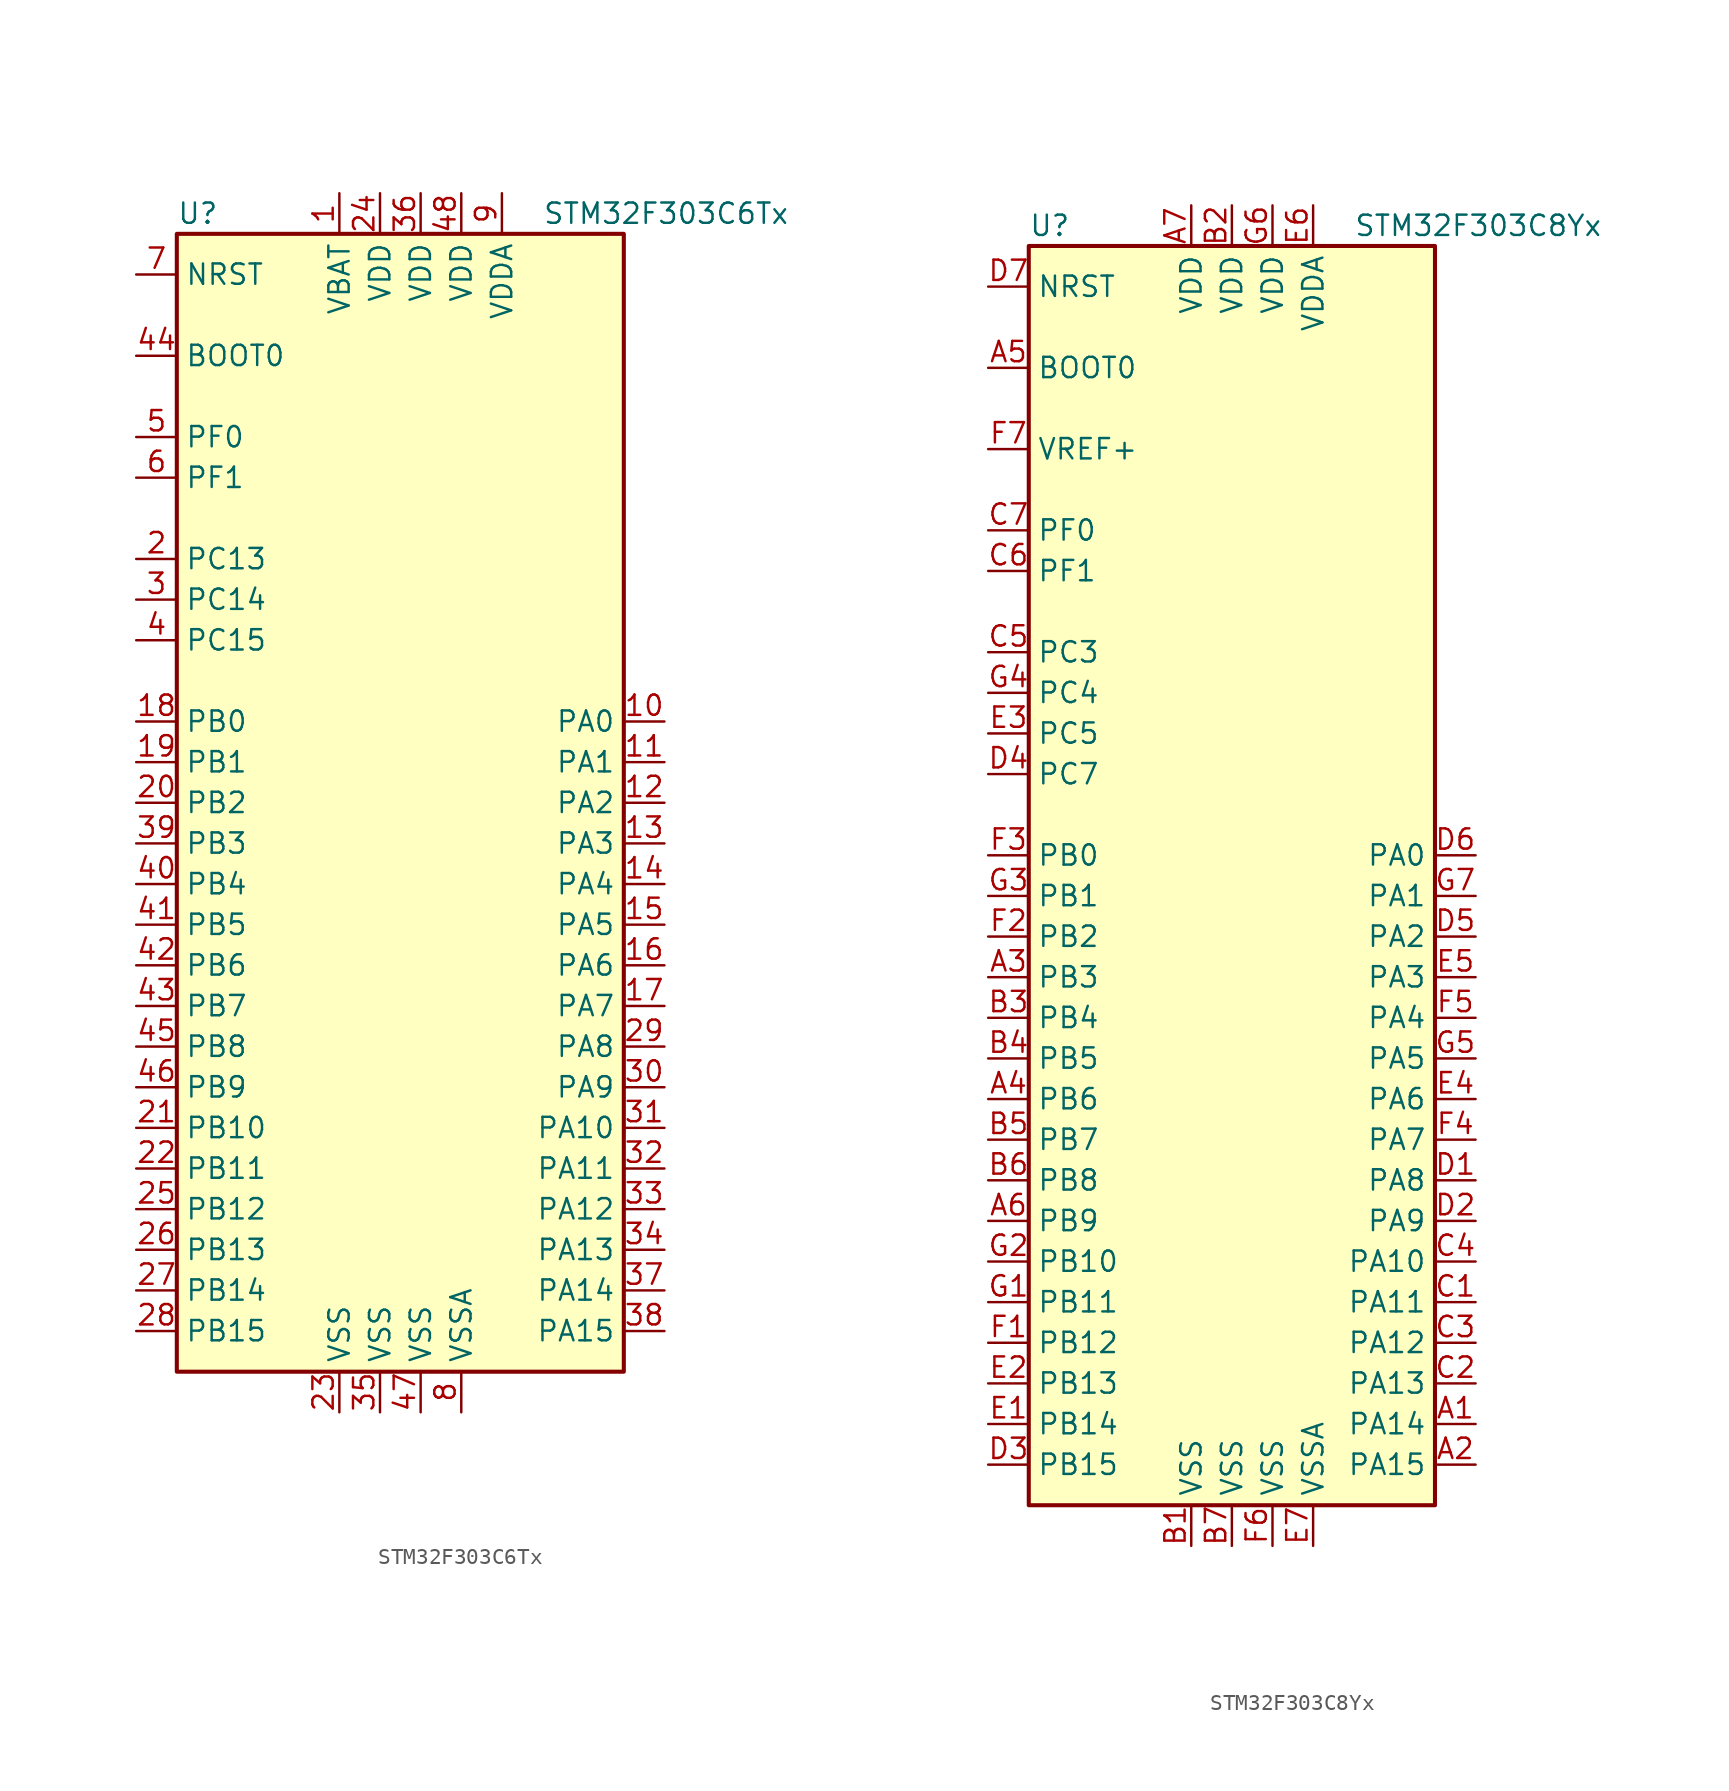
<source format=kicad_sym>
(kicad_symbol_lib
  (version 20201005)
  (generator kicad_symbol_editor)
  (symbol "MCU_ST_STM32F3:STM32F303C6Tx"
    (property "Reference" "U"
      (at -15.24 36.83 0)
      (effects (font (size 1.27 1.27)) (justify left)))
    (property "Value" "STM32F303C6Tx"
      (at 7.62 36.83 0)
      (effects (font (size 1.27 1.27)) (justify left)))
    (symbol "STM32F303C6Tx_0_1"
      (rectangle (start -15.24 -35.56) (end 12.7 35.56) (stroke (width 0.254)) (fill (type background))))
    (symbol "STM32F303C6Tx_1_1"
      (pin input line (at -17.78 27.94 0) (length 2.54) (name "BOOT0" (effects (font (size 1.27 1.27)))) (number "44" (effects (font (size 1.27 1.27)))))
      (pin input line (at -17.78 33.02 0) (length 2.54) (name "NRST" (effects (font (size 1.27 1.27)))) (number "7" (effects (font (size 1.27 1.27)))))
      (pin bidirectional line (at 15.24 5.08 180) (length 2.54) (name "PA0" (effects (font (size 1.27 1.27)))) (number "10" (effects (font (size 1.27 1.27)))))
      (pin bidirectional line (at 15.24 2.54 180) (length 2.54) (name "PA1" (effects (font (size 1.27 1.27)))) (number "11" (effects (font (size 1.27 1.27)))))
      (pin bidirectional line (at 15.24 -20.32 180) (length 2.54) (name "PA10" (effects (font (size 1.27 1.27)))) (number "31" (effects (font (size 1.27 1.27)))))
      (pin bidirectional line (at 15.24 -22.86 180) (length 2.54) (name "PA11" (effects (font (size 1.27 1.27)))) (number "32" (effects (font (size 1.27 1.27)))))
      (pin bidirectional line (at 15.24 -25.4 180) (length 2.54) (name "PA12" (effects (font (size 1.27 1.27)))) (number "33" (effects (font (size 1.27 1.27)))))
      (pin bidirectional line (at 15.24 -27.94 180) (length 2.54) (name "PA13" (effects (font (size 1.27 1.27)))) (number "34" (effects (font (size 1.27 1.27)))))
      (pin bidirectional line (at 15.24 -30.48 180) (length 2.54) (name "PA14" (effects (font (size 1.27 1.27)))) (number "37" (effects (font (size 1.27 1.27)))))
      (pin bidirectional line (at 15.24 -33.02 180) (length 2.54) (name "PA15" (effects (font (size 1.27 1.27)))) (number "38" (effects (font (size 1.27 1.27)))))
      (pin bidirectional line (at 15.24 0 180) (length 2.54) (name "PA2" (effects (font (size 1.27 1.27)))) (number "12" (effects (font (size 1.27 1.27)))))
      (pin bidirectional line (at 15.24 -2.54 180) (length 2.54) (name "PA3" (effects (font (size 1.27 1.27)))) (number "13" (effects (font (size 1.27 1.27)))))
      (pin bidirectional line (at 15.24 -5.08 180) (length 2.54) (name "PA4" (effects (font (size 1.27 1.27)))) (number "14" (effects (font (size 1.27 1.27)))))
      (pin bidirectional line (at 15.24 -7.62 180) (length 2.54) (name "PA5" (effects (font (size 1.27 1.27)))) (number "15" (effects (font (size 1.27 1.27)))))
      (pin bidirectional line (at 15.24 -10.16 180) (length 2.54) (name "PA6" (effects (font (size 1.27 1.27)))) (number "16" (effects (font (size 1.27 1.27)))))
      (pin bidirectional line (at 15.24 -12.7 180) (length 2.54) (name "PA7" (effects (font (size 1.27 1.27)))) (number "17" (effects (font (size 1.27 1.27)))))
      (pin bidirectional line (at 15.24 -15.24 180) (length 2.54) (name "PA8" (effects (font (size 1.27 1.27)))) (number "29" (effects (font (size 1.27 1.27)))))
      (pin bidirectional line (at 15.24 -17.78 180) (length 2.54) (name "PA9" (effects (font (size 1.27 1.27)))) (number "30" (effects (font (size 1.27 1.27)))))
      (pin bidirectional line (at -17.78 5.08 0) (length 2.54) (name "PB0" (effects (font (size 1.27 1.27)))) (number "18" (effects (font (size 1.27 1.27)))))
      (pin bidirectional line (at -17.78 2.54 0) (length 2.54) (name "PB1" (effects (font (size 1.27 1.27)))) (number "19" (effects (font (size 1.27 1.27)))))
      (pin bidirectional line (at -17.78 -20.32 0) (length 2.54) (name "PB10" (effects (font (size 1.27 1.27)))) (number "21" (effects (font (size 1.27 1.27)))))
      (pin bidirectional line (at -17.78 -22.86 0) (length 2.54) (name "PB11" (effects (font (size 1.27 1.27)))) (number "22" (effects (font (size 1.27 1.27)))))
      (pin bidirectional line (at -17.78 -25.4 0) (length 2.54) (name "PB12" (effects (font (size 1.27 1.27)))) (number "25" (effects (font (size 1.27 1.27)))))
      (pin bidirectional line (at -17.78 -27.94 0) (length 2.54) (name "PB13" (effects (font (size 1.27 1.27)))) (number "26" (effects (font (size 1.27 1.27)))))
      (pin bidirectional line (at -17.78 -30.48 0) (length 2.54) (name "PB14" (effects (font (size 1.27 1.27)))) (number "27" (effects (font (size 1.27 1.27)))))
      (pin bidirectional line (at -17.78 -33.02 0) (length 2.54) (name "PB15" (effects (font (size 1.27 1.27)))) (number "28" (effects (font (size 1.27 1.27)))))
      (pin bidirectional line (at -17.78 0 0) (length 2.54) (name "PB2" (effects (font (size 1.27 1.27)))) (number "20" (effects (font (size 1.27 1.27)))))
      (pin bidirectional line (at -17.78 -2.54 0) (length 2.54) (name "PB3" (effects (font (size 1.27 1.27)))) (number "39" (effects (font (size 1.27 1.27)))))
      (pin bidirectional line (at -17.78 -5.08 0) (length 2.54) (name "PB4" (effects (font (size 1.27 1.27)))) (number "40" (effects (font (size 1.27 1.27)))))
      (pin bidirectional line (at -17.78 -7.62 0) (length 2.54) (name "PB5" (effects (font (size 1.27 1.27)))) (number "41" (effects (font (size 1.27 1.27)))))
      (pin bidirectional line (at -17.78 -10.16 0) (length 2.54) (name "PB6" (effects (font (size 1.27 1.27)))) (number "42" (effects (font (size 1.27 1.27)))))
      (pin bidirectional line (at -17.78 -12.7 0) (length 2.54) (name "PB7" (effects (font (size 1.27 1.27)))) (number "43" (effects (font (size 1.27 1.27)))))
      (pin bidirectional line (at -17.78 -15.24 0) (length 2.54) (name "PB8" (effects (font (size 1.27 1.27)))) (number "45" (effects (font (size 1.27 1.27)))))
      (pin bidirectional line (at -17.78 -17.78 0) (length 2.54) (name "PB9" (effects (font (size 1.27 1.27)))) (number "46" (effects (font (size 1.27 1.27)))))
      (pin bidirectional line (at -17.78 15.24 0) (length 2.54) (name "PC13" (effects (font (size 1.27 1.27)))) (number "2" (effects (font (size 1.27 1.27)))))
      (pin bidirectional line (at -17.78 12.7 0) (length 2.54) (name "PC14" (effects (font (size 1.27 1.27)))) (number "3" (effects (font (size 1.27 1.27)))))
      (pin bidirectional line (at -17.78 10.16 0) (length 2.54) (name "PC15" (effects (font (size 1.27 1.27)))) (number "4" (effects (font (size 1.27 1.27)))))
      (pin input line (at -17.78 22.86 0) (length 2.54) (name "PF0" (effects (font (size 1.27 1.27)))) (number "5" (effects (font (size 1.27 1.27)))))
      (pin input line (at -17.78 20.32 0) (length 2.54) (name "PF1" (effects (font (size 1.27 1.27)))) (number "6" (effects (font (size 1.27 1.27)))))
      (pin power_in line (at -5.08 38.1 270) (length 2.54) (name "VBAT" (effects (font (size 1.27 1.27)))) (number "1" (effects (font (size 1.27 1.27)))))
      (pin power_in line (at -2.54 38.1 270) (length 2.54) (name "VDD" (effects (font (size 1.27 1.27)))) (number "24" (effects (font (size 1.27 1.27)))))
      (pin power_in line (at 0 38.1 270) (length 2.54) (name "VDD" (effects (font (size 1.27 1.27)))) (number "36" (effects (font (size 1.27 1.27)))))
      (pin power_in line (at 2.54 38.1 270) (length 2.54) (name "VDD" (effects (font (size 1.27 1.27)))) (number "48" (effects (font (size 1.27 1.27)))))
      (pin power_in line (at 5.08 38.1 270) (length 2.54) (name "VDDA" (effects (font (size 1.27 1.27)))) (number "9" (effects (font (size 1.27 1.27)))))
      (pin power_in line (at -5.08 -38.1 90) (length 2.54) (name "VSS" (effects (font (size 1.27 1.27)))) (number "23" (effects (font (size 1.27 1.27)))))
      (pin power_in line (at -2.54 -38.1 90) (length 2.54) (name "VSS" (effects (font (size 1.27 1.27)))) (number "35" (effects (font (size 1.27 1.27)))))
      (pin power_in line (at 0 -38.1 90) (length 2.54) (name "VSS" (effects (font (size 1.27 1.27)))) (number "47" (effects (font (size 1.27 1.27)))))
      (pin power_in line (at 2.54 -38.1 90) (length 2.54) (name "VSSA" (effects (font (size 1.27 1.27)))) (number "8" (effects (font (size 1.27 1.27)))))))
  (symbol "MCU_ST_STM32F3:STM32F303C8Yx"
    (property "Reference" "U"
      (at -12.7 39.37 0)
      (effects (font (size 1.27 1.27)) (justify left)))
    (property "Value" "STM32F303C8Yx"
      (at 7.62 39.37 0)
      (effects (font (size 1.27 1.27)) (justify left)))
    (symbol "STM32F303C8Yx_0_1"
      (rectangle (start -12.7 -40.64) (end 12.7 38.1) (stroke (width 0.254)) (fill (type background))))
    (symbol "STM32F303C8Yx_1_1"
      (pin input line (at -15.24 30.48 0) (length 2.54) (name "BOOT0" (effects (font (size 1.27 1.27)))) (number "A5" (effects (font (size 1.27 1.27)))))
      (pin input line (at -15.24 35.56 0) (length 2.54) (name "NRST" (effects (font (size 1.27 1.27)))) (number "D7" (effects (font (size 1.27 1.27)))))
      (pin bidirectional line (at 15.24 0 180) (length 2.54) (name "PA0" (effects (font (size 1.27 1.27)))) (number "D6" (effects (font (size 1.27 1.27)))))
      (pin bidirectional line (at 15.24 -2.54 180) (length 2.54) (name "PA1" (effects (font (size 1.27 1.27)))) (number "G7" (effects (font (size 1.27 1.27)))))
      (pin bidirectional line (at 15.24 -25.4 180) (length 2.54) (name "PA10" (effects (font (size 1.27 1.27)))) (number "C4" (effects (font (size 1.27 1.27)))))
      (pin bidirectional line (at 15.24 -27.94 180) (length 2.54) (name "PA11" (effects (font (size 1.27 1.27)))) (number "C1" (effects (font (size 1.27 1.27)))))
      (pin bidirectional line (at 15.24 -30.48 180) (length 2.54) (name "PA12" (effects (font (size 1.27 1.27)))) (number "C3" (effects (font (size 1.27 1.27)))))
      (pin bidirectional line (at 15.24 -33.02 180) (length 2.54) (name "PA13" (effects (font (size 1.27 1.27)))) (number "C2" (effects (font (size 1.27 1.27)))))
      (pin bidirectional line (at 15.24 -35.56 180) (length 2.54) (name "PA14" (effects (font (size 1.27 1.27)))) (number "A1" (effects (font (size 1.27 1.27)))))
      (pin bidirectional line (at 15.24 -38.1 180) (length 2.54) (name "PA15" (effects (font (size 1.27 1.27)))) (number "A2" (effects (font (size 1.27 1.27)))))
      (pin bidirectional line (at 15.24 -5.08 180) (length 2.54) (name "PA2" (effects (font (size 1.27 1.27)))) (number "D5" (effects (font (size 1.27 1.27)))))
      (pin bidirectional line (at 15.24 -7.62 180) (length 2.54) (name "PA3" (effects (font (size 1.27 1.27)))) (number "E5" (effects (font (size 1.27 1.27)))))
      (pin bidirectional line (at 15.24 -10.16 180) (length 2.54) (name "PA4" (effects (font (size 1.27 1.27)))) (number "F5" (effects (font (size 1.27 1.27)))))
      (pin bidirectional line (at 15.24 -12.7 180) (length 2.54) (name "PA5" (effects (font (size 1.27 1.27)))) (number "G5" (effects (font (size 1.27 1.27)))))
      (pin bidirectional line (at 15.24 -15.24 180) (length 2.54) (name "PA6" (effects (font (size 1.27 1.27)))) (number "E4" (effects (font (size 1.27 1.27)))))
      (pin bidirectional line (at 15.24 -17.78 180) (length 2.54) (name "PA7" (effects (font (size 1.27 1.27)))) (number "F4" (effects (font (size 1.27 1.27)))))
      (pin bidirectional line (at 15.24 -20.32 180) (length 2.54) (name "PA8" (effects (font (size 1.27 1.27)))) (number "D1" (effects (font (size 1.27 1.27)))))
      (pin bidirectional line (at 15.24 -22.86 180) (length 2.54) (name "PA9" (effects (font (size 1.27 1.27)))) (number "D2" (effects (font (size 1.27 1.27)))))
      (pin bidirectional line (at -15.24 0 0) (length 2.54) (name "PB0" (effects (font (size 1.27 1.27)))) (number "F3" (effects (font (size 1.27 1.27)))))
      (pin bidirectional line (at -15.24 -2.54 0) (length 2.54) (name "PB1" (effects (font (size 1.27 1.27)))) (number "G3" (effects (font (size 1.27 1.27)))))
      (pin bidirectional line (at -15.24 -25.4 0) (length 2.54) (name "PB10" (effects (font (size 1.27 1.27)))) (number "G2" (effects (font (size 1.27 1.27)))))
      (pin bidirectional line (at -15.24 -27.94 0) (length 2.54) (name "PB11" (effects (font (size 1.27 1.27)))) (number "G1" (effects (font (size 1.27 1.27)))))
      (pin bidirectional line (at -15.24 -30.48 0) (length 2.54) (name "PB12" (effects (font (size 1.27 1.27)))) (number "F1" (effects (font (size 1.27 1.27)))))
      (pin bidirectional line (at -15.24 -33.02 0) (length 2.54) (name "PB13" (effects (font (size 1.27 1.27)))) (number "E2" (effects (font (size 1.27 1.27)))))
      (pin bidirectional line (at -15.24 -35.56 0) (length 2.54) (name "PB14" (effects (font (size 1.27 1.27)))) (number "E1" (effects (font (size 1.27 1.27)))))
      (pin bidirectional line (at -15.24 -38.1 0) (length 2.54) (name "PB15" (effects (font (size 1.27 1.27)))) (number "D3" (effects (font (size 1.27 1.27)))))
      (pin bidirectional line (at -15.24 -5.08 0) (length 2.54) (name "PB2" (effects (font (size 1.27 1.27)))) (number "F2" (effects (font (size 1.27 1.27)))))
      (pin bidirectional line (at -15.24 -7.62 0) (length 2.54) (name "PB3" (effects (font (size 1.27 1.27)))) (number "A3" (effects (font (size 1.27 1.27)))))
      (pin bidirectional line (at -15.24 -10.16 0) (length 2.54) (name "PB4" (effects (font (size 1.27 1.27)))) (number "B3" (effects (font (size 1.27 1.27)))))
      (pin bidirectional line (at -15.24 -12.7 0) (length 2.54) (name "PB5" (effects (font (size 1.27 1.27)))) (number "B4" (effects (font (size 1.27 1.27)))))
      (pin bidirectional line (at -15.24 -15.24 0) (length 2.54) (name "PB6" (effects (font (size 1.27 1.27)))) (number "A4" (effects (font (size 1.27 1.27)))))
      (pin bidirectional line (at -15.24 -17.78 0) (length 2.54) (name "PB7" (effects (font (size 1.27 1.27)))) (number "B5" (effects (font (size 1.27 1.27)))))
      (pin bidirectional line (at -15.24 -20.32 0) (length 2.54) (name "PB8" (effects (font (size 1.27 1.27)))) (number "B6" (effects (font (size 1.27 1.27)))))
      (pin bidirectional line (at -15.24 -22.86 0) (length 2.54) (name "PB9" (effects (font (size 1.27 1.27)))) (number "A6" (effects (font (size 1.27 1.27)))))
      (pin bidirectional line (at -15.24 12.7 0) (length 2.54) (name "PC3" (effects (font (size 1.27 1.27)))) (number "C5" (effects (font (size 1.27 1.27)))))
      (pin bidirectional line (at -15.24 10.16 0) (length 2.54) (name "PC4" (effects (font (size 1.27 1.27)))) (number "G4" (effects (font (size 1.27 1.27)))))
      (pin bidirectional line (at -15.24 7.62 0) (length 2.54) (name "PC5" (effects (font (size 1.27 1.27)))) (number "E3" (effects (font (size 1.27 1.27)))))
      (pin bidirectional line (at -15.24 5.08 0) (length 2.54) (name "PC7" (effects (font (size 1.27 1.27)))) (number "D4" (effects (font (size 1.27 1.27)))))
      (pin input line (at -15.24 20.32 0) (length 2.54) (name "PF0" (effects (font (size 1.27 1.27)))) (number "C7" (effects (font (size 1.27 1.27)))))
      (pin input line (at -15.24 17.78 0) (length 2.54) (name "PF1" (effects (font (size 1.27 1.27)))) (number "C6" (effects (font (size 1.27 1.27)))))
      (pin power_in line (at -2.54 40.64 270) (length 2.54) (name "VDD" (effects (font (size 1.27 1.27)))) (number "A7" (effects (font (size 1.27 1.27)))))
      (pin power_in line (at 0 40.64 270) (length 2.54) (name "VDD" (effects (font (size 1.27 1.27)))) (number "B2" (effects (font (size 1.27 1.27)))))
      (pin power_in line (at 2.54 40.64 270) (length 2.54) (name "VDD" (effects (font (size 1.27 1.27)))) (number "G6" (effects (font (size 1.27 1.27)))))
      (pin power_in line (at 5.08 40.64 270) (length 2.54) (name "VDDA" (effects (font (size 1.27 1.27)))) (number "E6" (effects (font (size 1.27 1.27)))))
      (pin power_in line (at -15.24 25.4 0) (length 2.54) (name "VREF+" (effects (font (size 1.27 1.27)))) (number "F7" (effects (font (size 1.27 1.27)))))
      (pin power_in line (at -2.54 -43.18 90) (length 2.54) (name "VSS" (effects (font (size 1.27 1.27)))) (number "B1" (effects (font (size 1.27 1.27)))))
      (pin power_in line (at 0 -43.18 90) (length 2.54) (name "VSS" (effects (font (size 1.27 1.27)))) (number "B7" (effects (font (size 1.27 1.27)))))
      (pin power_in line (at 2.54 -43.18 90) (length 2.54) (name "VSS" (effects (font (size 1.27 1.27)))) (number "F6" (effects (font (size 1.27 1.27)))))
      (pin power_in line (at 5.08 -43.18 90) (length 2.54) (name "VSSA" (effects (font (size 1.27 1.27)))) (number "E7" (effects (font (size 1.27 1.27))))))))
</source>
